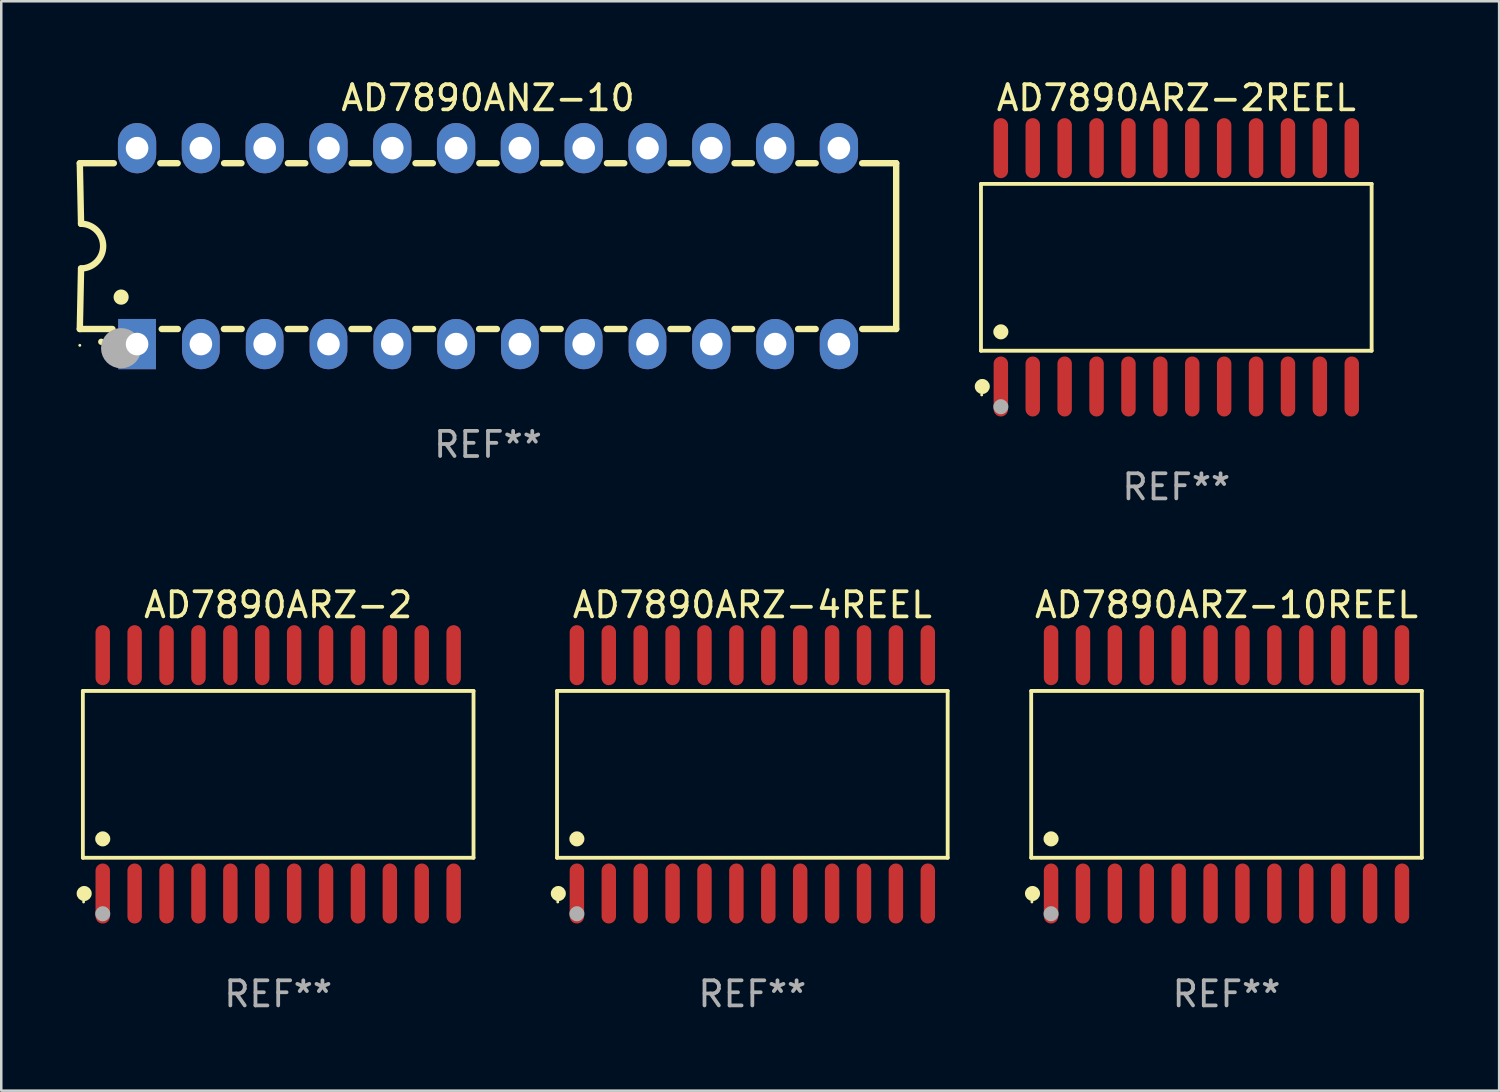
<source format=kicad_pcb>
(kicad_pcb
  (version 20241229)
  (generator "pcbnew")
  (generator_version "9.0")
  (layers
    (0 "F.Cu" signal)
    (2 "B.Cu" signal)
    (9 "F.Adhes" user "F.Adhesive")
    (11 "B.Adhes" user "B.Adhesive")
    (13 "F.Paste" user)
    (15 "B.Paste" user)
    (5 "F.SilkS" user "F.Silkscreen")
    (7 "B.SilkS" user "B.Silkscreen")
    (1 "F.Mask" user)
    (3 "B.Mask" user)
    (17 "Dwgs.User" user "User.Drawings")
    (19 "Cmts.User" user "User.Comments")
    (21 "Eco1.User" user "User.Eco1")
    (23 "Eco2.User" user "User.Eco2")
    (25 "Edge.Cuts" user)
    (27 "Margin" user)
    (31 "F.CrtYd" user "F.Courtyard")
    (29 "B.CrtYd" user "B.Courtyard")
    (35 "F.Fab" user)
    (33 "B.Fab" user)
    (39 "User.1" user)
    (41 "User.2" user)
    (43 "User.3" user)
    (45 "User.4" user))
  (footprint "AD7890ARZ-4REEL"
    (layer "F.Cu")
    (at 26.901 27.777)
    (property "Reference" "AD7890ARZ-4REEL" (at 0 -6.744 0) (layer "F.SilkS") (effects (font (size 1 1) (thickness 0.15))))
    (attr through_hole)
    (fp_line (start -7.776 -3.321) (end 7.776 -3.321) (stroke (width 0.152) (type solid)) (layer "F.SilkS"))
    (fp_line (start -7.776 3.321) (end -7.776 -3.321) (stroke (width 0.152) (type solid)) (layer "F.SilkS"))
    (fp_line (start 7.776 -3.321) (end 7.776 3.321) (stroke (width 0.152) (type solid)) (layer "F.SilkS"))
    (fp_line (start 7.776 3.321) (end -7.776 3.321) (stroke (width 0.152) (type solid)) (layer "F.SilkS"))
    (fp_circle (center -7.747 5.08) (end -7.717 5.08) (stroke (width 0.06) (type solid)) (fill no) (layer "F.SilkS"))
    (fp_circle (center -7.724 4.744) (end -7.574 4.744) (stroke (width 0.3) (type solid)) (fill no) (layer "F.SilkS"))
    (fp_circle (center -6.985 2.569) (end -6.835 2.569) (stroke (width 0.3) (type solid)) (fill no) (layer "F.SilkS"))
    (fp_circle (center -6.985 5.55) (end -6.835 5.55) (stroke (width 0.3) (type solid)) (fill no) (layer "F.Fab"))
    (fp_text user "REF**" (at 0 8.744 0) (layer "F.Fab") (effects (font (size 1 1) (thickness 0.15))))
    (pad "1" smd oval (at -6.985 4.744) (size 0.574 2.388) (layers "F.Cu" "F.Mask" "F.Paste"))
    (pad "2" smd oval (at -5.715 4.744) (size 0.574 2.388) (layers "F.Cu" "F.Mask" "F.Paste"))
    (pad "3" smd oval (at -4.445 4.744) (size 0.574 2.388) (layers "F.Cu" "F.Mask" "F.Paste"))
    (pad "4" smd oval (at -3.175 4.744) (size 0.574 2.388) (layers "F.Cu" "F.Mask" "F.Paste"))
    (pad "5" smd oval (at -1.905 4.744) (size 0.574 2.388) (layers "F.Cu" "F.Mask" "F.Paste"))
    (pad "6" smd oval (at -0.635 4.744) (size 0.574 2.388) (layers "F.Cu" "F.Mask" "F.Paste"))
    (pad "7" smd oval (at 0.635 4.744) (size 0.574 2.388) (layers "F.Cu" "F.Mask" "F.Paste"))
    (pad "8" smd oval (at 1.905 4.744) (size 0.574 2.388) (layers "F.Cu" "F.Mask" "F.Paste"))
    (pad "9" smd oval (at 3.175 4.744) (size 0.574 2.388) (layers "F.Cu" "F.Mask" "F.Paste"))
    (pad "10" smd oval (at 4.445 4.744) (size 0.574 2.388) (layers "F.Cu" "F.Mask" "F.Paste"))
    (pad "11" smd oval (at 5.715 4.744) (size 0.574 2.388) (layers "F.Cu" "F.Mask" "F.Paste"))
    (pad "12" smd oval (at 6.985 4.744) (size 0.574 2.388) (layers "F.Cu" "F.Mask" "F.Paste"))
    (pad "13" smd oval (at 6.985 -4.744) (size 0.574 2.388) (layers "F.Cu" "F.Mask" "F.Paste"))
    (pad "14" smd oval (at 5.715 -4.744) (size 0.574 2.388) (layers "F.Cu" "F.Mask" "F.Paste"))
    (pad "15" smd oval (at 4.445 -4.744) (size 0.574 2.388) (layers "F.Cu" "F.Mask" "F.Paste"))
    (pad "16" smd oval (at 3.175 -4.744) (size 0.574 2.388) (layers "F.Cu" "F.Mask" "F.Paste"))
    (pad "17" smd oval (at 1.905 -4.744) (size 0.574 2.388) (layers "F.Cu" "F.Mask" "F.Paste"))
    (pad "18" smd oval (at 0.635 -4.744) (size 0.574 2.388) (layers "F.Cu" "F.Mask" "F.Paste"))
    (pad "19" smd oval (at -0.635 -4.744) (size 0.574 2.388) (layers "F.Cu" "F.Mask" "F.Paste"))
    (pad "20" smd oval (at -1.905 -4.744) (size 0.574 2.388) (layers "F.Cu" "F.Mask" "F.Paste"))
    (pad "21" smd oval (at -3.175 -4.744) (size 0.574 2.388) (layers "F.Cu" "F.Mask" "F.Paste"))
    (pad "22" smd oval (at -4.445 -4.744) (size 0.574 2.388) (layers "F.Cu" "F.Mask" "F.Paste"))
    (pad "23" smd oval (at -5.715 -4.744) (size 0.574 2.388) (layers "F.Cu" "F.Mask" "F.Paste"))
    (pad "24" smd oval (at -6.985 -4.744) (size 0.574 2.388) (layers "F.Cu" "F.Mask" "F.Paste")))
  (footprint "AD7890ARZ-2"
    (layer "F.Cu")
    (at 8.025 27.777)
    (property "Reference" "AD7890ARZ-2" (at 0 -6.744 0) (layer "F.SilkS") (effects (font (size 1 1) (thickness 0.15))))
    (attr through_hole)
    (fp_line (start -7.776 -3.321) (end 7.776 -3.321) (stroke (width 0.152) (type solid)) (layer "F.SilkS"))
    (fp_line (start -7.776 3.321) (end -7.776 -3.321) (stroke (width 0.152) (type solid)) (layer "F.SilkS"))
    (fp_line (start 7.776 -3.321) (end 7.776 3.321) (stroke (width 0.152) (type solid)) (layer "F.SilkS"))
    (fp_line (start 7.776 3.321) (end -7.776 3.321) (stroke (width 0.152) (type solid)) (layer "F.SilkS"))
    (fp_circle (center -7.747 5.08) (end -7.717 5.08) (stroke (width 0.06) (type solid)) (fill no) (layer "F.SilkS"))
    (fp_circle (center -7.724 4.744) (end -7.574 4.744) (stroke (width 0.3) (type solid)) (fill no) (layer "F.SilkS"))
    (fp_circle (center -6.985 2.569) (end -6.835 2.569) (stroke (width 0.3) (type solid)) (fill no) (layer "F.SilkS"))
    (fp_circle (center -6.985 5.55) (end -6.835 5.55) (stroke (width 0.3) (type solid)) (fill no) (layer "F.Fab"))
    (fp_text user "REF**" (at 0 8.744 0) (layer "F.Fab") (effects (font (size 1 1) (thickness 0.15))))
    (pad "1" smd oval (at -6.985 4.744) (size 0.574 2.388) (layers "F.Cu" "F.Mask" "F.Paste"))
    (pad "2" smd oval (at -5.715 4.744) (size 0.574 2.388) (layers "F.Cu" "F.Mask" "F.Paste"))
    (pad "3" smd oval (at -4.445 4.744) (size 0.574 2.388) (layers "F.Cu" "F.Mask" "F.Paste"))
    (pad "4" smd oval (at -3.175 4.744) (size 0.574 2.388) (layers "F.Cu" "F.Mask" "F.Paste"))
    (pad "5" smd oval (at -1.905 4.744) (size 0.574 2.388) (layers "F.Cu" "F.Mask" "F.Paste"))
    (pad "6" smd oval (at -0.635 4.744) (size 0.574 2.388) (layers "F.Cu" "F.Mask" "F.Paste"))
    (pad "7" smd oval (at 0.635 4.744) (size 0.574 2.388) (layers "F.Cu" "F.Mask" "F.Paste"))
    (pad "8" smd oval (at 1.905 4.744) (size 0.574 2.388) (layers "F.Cu" "F.Mask" "F.Paste"))
    (pad "9" smd oval (at 3.175 4.744) (size 0.574 2.388) (layers "F.Cu" "F.Mask" "F.Paste"))
    (pad "10" smd oval (at 4.445 4.744) (size 0.574 2.388) (layers "F.Cu" "F.Mask" "F.Paste"))
    (pad "11" smd oval (at 5.715 4.744) (size 0.574 2.388) (layers "F.Cu" "F.Mask" "F.Paste"))
    (pad "12" smd oval (at 6.985 4.744) (size 0.574 2.388) (layers "F.Cu" "F.Mask" "F.Paste"))
    (pad "13" smd oval (at 6.985 -4.744) (size 0.574 2.388) (layers "F.Cu" "F.Mask" "F.Paste"))
    (pad "14" smd oval (at 5.715 -4.744) (size 0.574 2.388) (layers "F.Cu" "F.Mask" "F.Paste"))
    (pad "15" smd oval (at 4.445 -4.744) (size 0.574 2.388) (layers "F.Cu" "F.Mask" "F.Paste"))
    (pad "16" smd oval (at 3.175 -4.744) (size 0.574 2.388) (layers "F.Cu" "F.Mask" "F.Paste"))
    (pad "17" smd oval (at 1.905 -4.744) (size 0.574 2.388) (layers "F.Cu" "F.Mask" "F.Paste"))
    (pad "18" smd oval (at 0.635 -4.744) (size 0.574 2.388) (layers "F.Cu" "F.Mask" "F.Paste"))
    (pad "19" smd oval (at -0.635 -4.744) (size 0.574 2.388) (layers "F.Cu" "F.Mask" "F.Paste"))
    (pad "20" smd oval (at -1.905 -4.744) (size 0.574 2.388) (layers "F.Cu" "F.Mask" "F.Paste"))
    (pad "21" smd oval (at -3.175 -4.744) (size 0.574 2.388) (layers "F.Cu" "F.Mask" "F.Paste"))
    (pad "22" smd oval (at -4.445 -4.744) (size 0.574 2.388) (layers "F.Cu" "F.Mask" "F.Paste"))
    (pad "23" smd oval (at -5.715 -4.744) (size 0.574 2.388) (layers "F.Cu" "F.Mask" "F.Paste"))
    (pad "24" smd oval (at -6.985 -4.744) (size 0.574 2.388) (layers "F.Cu" "F.Mask" "F.Paste")))
  (footprint "AD7890ARZ-2REEL"
    (layer "F.Cu")
    (at 43.779 7.592)
    (property "Reference" "AD7890ARZ-2REEL" (at 0 -6.744 0) (layer "F.SilkS") (effects (font (size 1 1) (thickness 0.15))))
    (attr through_hole)
    (fp_line (start -7.776 -3.321) (end 7.776 -3.321) (stroke (width 0.152) (type solid)) (layer "F.SilkS"))
    (fp_line (start -7.776 3.321) (end -7.776 -3.321) (stroke (width 0.152) (type solid)) (layer "F.SilkS"))
    (fp_line (start 7.776 -3.321) (end 7.776 3.321) (stroke (width 0.152) (type solid)) (layer "F.SilkS"))
    (fp_line (start 7.776 3.321) (end -7.776 3.321) (stroke (width 0.152) (type solid)) (layer "F.SilkS"))
    (fp_circle (center -7.747 5.08) (end -7.717 5.08) (stroke (width 0.06) (type solid)) (fill no) (layer "F.SilkS"))
    (fp_circle (center -7.724 4.744) (end -7.574 4.744) (stroke (width 0.3) (type solid)) (fill no) (layer "F.SilkS"))
    (fp_circle (center -6.985 2.569) (end -6.835 2.569) (stroke (width 0.3) (type solid)) (fill no) (layer "F.SilkS"))
    (fp_circle (center -6.985 5.55) (end -6.835 5.55) (stroke (width 0.3) (type solid)) (fill no) (layer "F.Fab"))
    (fp_text user "REF**" (at 0 8.744 0) (layer "F.Fab") (effects (font (size 1 1) (thickness 0.15))))
    (pad "1" smd oval (at -6.985 4.744) (size 0.574 2.388) (layers "F.Cu" "F.Mask" "F.Paste"))
    (pad "2" smd oval (at -5.715 4.744) (size 0.574 2.388) (layers "F.Cu" "F.Mask" "F.Paste"))
    (pad "3" smd oval (at -4.445 4.744) (size 0.574 2.388) (layers "F.Cu" "F.Mask" "F.Paste"))
    (pad "4" smd oval (at -3.175 4.744) (size 0.574 2.388) (layers "F.Cu" "F.Mask" "F.Paste"))
    (pad "5" smd oval (at -1.905 4.744) (size 0.574 2.388) (layers "F.Cu" "F.Mask" "F.Paste"))
    (pad "6" smd oval (at -0.635 4.744) (size 0.574 2.388) (layers "F.Cu" "F.Mask" "F.Paste"))
    (pad "7" smd oval (at 0.635 4.744) (size 0.574 2.388) (layers "F.Cu" "F.Mask" "F.Paste"))
    (pad "8" smd oval (at 1.905 4.744) (size 0.574 2.388) (layers "F.Cu" "F.Mask" "F.Paste"))
    (pad "9" smd oval (at 3.175 4.744) (size 0.574 2.388) (layers "F.Cu" "F.Mask" "F.Paste"))
    (pad "10" smd oval (at 4.445 4.744) (size 0.574 2.388) (layers "F.Cu" "F.Mask" "F.Paste"))
    (pad "11" smd oval (at 5.715 4.744) (size 0.574 2.388) (layers "F.Cu" "F.Mask" "F.Paste"))
    (pad "12" smd oval (at 6.985 4.744) (size 0.574 2.388) (layers "F.Cu" "F.Mask" "F.Paste"))
    (pad "13" smd oval (at 6.985 -4.744) (size 0.574 2.388) (layers "F.Cu" "F.Mask" "F.Paste"))
    (pad "14" smd oval (at 5.715 -4.744) (size 0.574 2.388) (layers "F.Cu" "F.Mask" "F.Paste"))
    (pad "15" smd oval (at 4.445 -4.744) (size 0.574 2.388) (layers "F.Cu" "F.Mask" "F.Paste"))
    (pad "16" smd oval (at 3.175 -4.744) (size 0.574 2.388) (layers "F.Cu" "F.Mask" "F.Paste"))
    (pad "17" smd oval (at 1.905 -4.744) (size 0.574 2.388) (layers "F.Cu" "F.Mask" "F.Paste"))
    (pad "18" smd oval (at 0.635 -4.744) (size 0.574 2.388) (layers "F.Cu" "F.Mask" "F.Paste"))
    (pad "19" smd oval (at -0.635 -4.744) (size 0.574 2.388) (layers "F.Cu" "F.Mask" "F.Paste"))
    (pad "20" smd oval (at -1.905 -4.744) (size 0.574 2.388) (layers "F.Cu" "F.Mask" "F.Paste"))
    (pad "21" smd oval (at -3.175 -4.744) (size 0.574 2.388) (layers "F.Cu" "F.Mask" "F.Paste"))
    (pad "22" smd oval (at -4.445 -4.744) (size 0.574 2.388) (layers "F.Cu" "F.Mask" "F.Paste"))
    (pad "23" smd oval (at -5.715 -4.744) (size 0.574 2.388) (layers "F.Cu" "F.Mask" "F.Paste"))
    (pad "24" smd oval (at -6.985 -4.744) (size 0.574 2.388) (layers "F.Cu" "F.Mask" "F.Paste")))
  (footprint "AD7890ARZ-10REEL"
    (layer "F.Cu")
    (at 45.778 27.777)
    (property "Reference" "AD7890ARZ-10REEL" (at 0 -6.744 0) (layer "F.SilkS") (effects (font (size 1 1) (thickness 0.15))))
    (attr through_hole)
    (fp_line (start -7.776 -3.321) (end 7.776 -3.321) (stroke (width 0.152) (type solid)) (layer "F.SilkS"))
    (fp_line (start -7.776 3.321) (end -7.776 -3.321) (stroke (width 0.152) (type solid)) (layer "F.SilkS"))
    (fp_line (start 7.776 -3.321) (end 7.776 3.321) (stroke (width 0.152) (type solid)) (layer "F.SilkS"))
    (fp_line (start 7.776 3.321) (end -7.776 3.321) (stroke (width 0.152) (type solid)) (layer "F.SilkS"))
    (fp_circle (center -7.747 5.08) (end -7.717 5.08) (stroke (width 0.06) (type solid)) (fill no) (layer "F.SilkS"))
    (fp_circle (center -7.724 4.744) (end -7.574 4.744) (stroke (width 0.3) (type solid)) (fill no) (layer "F.SilkS"))
    (fp_circle (center -6.985 2.569) (end -6.835 2.569) (stroke (width 0.3) (type solid)) (fill no) (layer "F.SilkS"))
    (fp_circle (center -6.985 5.55) (end -6.835 5.55) (stroke (width 0.3) (type solid)) (fill no) (layer "F.Fab"))
    (fp_text user "REF**" (at 0 8.744 0) (layer "F.Fab") (effects (font (size 1 1) (thickness 0.15))))
    (pad "1" smd oval (at -6.985 4.744) (size 0.574 2.388) (layers "F.Cu" "F.Mask" "F.Paste"))
    (pad "2" smd oval (at -5.715 4.744) (size 0.574 2.388) (layers "F.Cu" "F.Mask" "F.Paste"))
    (pad "3" smd oval (at -4.445 4.744) (size 0.574 2.388) (layers "F.Cu" "F.Mask" "F.Paste"))
    (pad "4" smd oval (at -3.175 4.744) (size 0.574 2.388) (layers "F.Cu" "F.Mask" "F.Paste"))
    (pad "5" smd oval (at -1.905 4.744) (size 0.574 2.388) (layers "F.Cu" "F.Mask" "F.Paste"))
    (pad "6" smd oval (at -0.635 4.744) (size 0.574 2.388) (layers "F.Cu" "F.Mask" "F.Paste"))
    (pad "7" smd oval (at 0.635 4.744) (size 0.574 2.388) (layers "F.Cu" "F.Mask" "F.Paste"))
    (pad "8" smd oval (at 1.905 4.744) (size 0.574 2.388) (layers "F.Cu" "F.Mask" "F.Paste"))
    (pad "9" smd oval (at 3.175 4.744) (size 0.574 2.388) (layers "F.Cu" "F.Mask" "F.Paste"))
    (pad "10" smd oval (at 4.445 4.744) (size 0.574 2.388) (layers "F.Cu" "F.Mask" "F.Paste"))
    (pad "11" smd oval (at 5.715 4.744) (size 0.574 2.388) (layers "F.Cu" "F.Mask" "F.Paste"))
    (pad "12" smd oval (at 6.985 4.744) (size 0.574 2.388) (layers "F.Cu" "F.Mask" "F.Paste"))
    (pad "13" smd oval (at 6.985 -4.744) (size 0.574 2.388) (layers "F.Cu" "F.Mask" "F.Paste"))
    (pad "14" smd oval (at 5.715 -4.744) (size 0.574 2.388) (layers "F.Cu" "F.Mask" "F.Paste"))
    (pad "15" smd oval (at 4.445 -4.744) (size 0.574 2.388) (layers "F.Cu" "F.Mask" "F.Paste"))
    (pad "16" smd oval (at 3.175 -4.744) (size 0.574 2.388) (layers "F.Cu" "F.Mask" "F.Paste"))
    (pad "17" smd oval (at 1.905 -4.744) (size 0.574 2.388) (layers "F.Cu" "F.Mask" "F.Paste"))
    (pad "18" smd oval (at 0.635 -4.744) (size 0.574 2.388) (layers "F.Cu" "F.Mask" "F.Paste"))
    (pad "19" smd oval (at -0.635 -4.744) (size 0.574 2.388) (layers "F.Cu" "F.Mask" "F.Paste"))
    (pad "20" smd oval (at -1.905 -4.744) (size 0.574 2.388) (layers "F.Cu" "F.Mask" "F.Paste"))
    (pad "21" smd oval (at -3.175 -4.744) (size 0.574 2.388) (layers "F.Cu" "F.Mask" "F.Paste"))
    (pad "22" smd oval (at -4.445 -4.744) (size 0.574 2.388) (layers "F.Cu" "F.Mask" "F.Paste"))
    (pad "23" smd oval (at -5.715 -4.744) (size 0.574 2.388) (layers "F.Cu" "F.Mask" "F.Paste"))
    (pad "24" smd oval (at -6.985 -4.744) (size 0.574 2.388) (layers "F.Cu" "F.Mask" "F.Paste")))
  (footprint "AD7890ANZ-10"
    (layer "F.Cu")
    (at 16.377 6.748)
    (property "Reference" "AD7890ANZ-10" (at 0 -5.9 0) (layer "F.SilkS") (effects (font (size 1 1) (thickness 0.15))))
    (attr through_hole)
    (fp_line (start -16.25 -3.3) (end -16.2 -0.889) (stroke (width 0.254) (type solid)) (layer "F.SilkS"))
    (fp_line (start -16.25 -3.3) (end -14.895 -3.3) (stroke (width 0.254) (type solid)) (layer "F.SilkS"))
    (fp_line (start -16.25 3.3) (end -16.2 0.889) (stroke (width 0.254) (type solid)) (layer "F.SilkS"))
    (fp_line (start -16.25 3.3) (end -14.951 3.3) (stroke (width 0.254) (type solid)) (layer "F.SilkS"))
    (fp_line (start -13.045 -3.3) (end -12.355 -3.3) (stroke (width 0.254) (type solid)) (layer "F.SilkS"))
    (fp_line (start -12.989 3.3) (end -12.347 3.3) (stroke (width 0.254) (type solid)) (layer "F.SilkS"))
    (fp_line (start -10.514 3.3) (end -9.807 3.3) (stroke (width 0.254) (type solid)) (layer "F.SilkS"))
    (fp_line (start -10.505 -3.3) (end -9.815 -3.3) (stroke (width 0.254) (type solid)) (layer "F.SilkS"))
    (fp_line (start -7.974 3.3) (end -7.267 3.3) (stroke (width 0.254) (type solid)) (layer "F.SilkS"))
    (fp_line (start -7.965 -3.3) (end -7.275 -3.3) (stroke (width 0.254) (type solid)) (layer "F.SilkS"))
    (fp_line (start -5.434 3.3) (end -4.727 3.3) (stroke (width 0.254) (type solid)) (layer "F.SilkS"))
    (fp_line (start -5.425 -3.3) (end -4.735 -3.3) (stroke (width 0.254) (type solid)) (layer "F.SilkS"))
    (fp_line (start -2.894 3.3) (end -2.187 3.3) (stroke (width 0.254) (type solid)) (layer "F.SilkS"))
    (fp_line (start -2.885 -3.3) (end -2.195 -3.3) (stroke (width 0.254) (type solid)) (layer "F.SilkS"))
    (fp_line (start -0.354 3.3) (end 0.353 3.3) (stroke (width 0.254) (type solid)) (layer "F.SilkS"))
    (fp_line (start -0.345 -3.3) (end 0.345 -3.3) (stroke (width 0.254) (type solid)) (layer "F.SilkS"))
    (fp_line (start 2.186 3.3) (end 2.893 3.3) (stroke (width 0.254) (type solid)) (layer "F.SilkS"))
    (fp_line (start 2.195 -3.3) (end 2.885 -3.3) (stroke (width 0.254) (type solid)) (layer "F.SilkS"))
    (fp_line (start 4.726 3.3) (end 5.434 3.3) (stroke (width 0.254) (type solid)) (layer "F.SilkS"))
    (fp_line (start 4.735 -3.3) (end 5.425 -3.3) (stroke (width 0.254) (type solid)) (layer "F.SilkS"))
    (fp_line (start 7.266 3.3) (end 7.965 3.3) (stroke (width 0.254) (type solid)) (layer "F.SilkS"))
    (fp_line (start 7.275 -3.3) (end 7.965 -3.3) (stroke (width 0.254) (type solid)) (layer "F.SilkS"))
    (fp_line (start 9.815 -3.3) (end 10.505 -3.3) (stroke (width 0.254) (type solid)) (layer "F.SilkS"))
    (fp_line (start 9.815 3.3) (end 10.514 3.3) (stroke (width 0.254) (type solid)) (layer "F.SilkS"))
    (fp_line (start 12.346 3.3) (end 13.045 3.3) (stroke (width 0.254) (type solid)) (layer "F.SilkS"))
    (fp_line (start 12.355 -3.3) (end 13.045 -3.3) (stroke (width 0.254) (type solid)) (layer "F.SilkS"))
    (fp_line (start 16.25 -3.3) (end 14.895 -3.3) (stroke (width 0.254) (type solid)) (layer "F.SilkS"))
    (fp_line (start 16.25 -3.3) (end 16.25 3.3) (stroke (width 0.254) (type solid)) (layer "F.SilkS"))
    (fp_line (start 16.25 3.3) (end 14.895 3.3) (stroke (width 0.254) (type solid)) (layer "F.SilkS"))
    (fp_arc (start -16.201016 -0.890146) (mid -15.311429 -0.001055) (end -16.200025 0.889027) (stroke (width 0.254001) (type solid)) (layer "F.SilkS"))
    (fp_arc (start -15.394971 3.810033) (mid -15.394978 3.808763) (end -15.394971 3.807493) (stroke (width 0.25) (type solid)) (layer "F.SilkS"))
    (fp_arc (start -14.605029 2.032029) (mid -14.60504 2.029489) (end -14.605029 2.026949) (stroke (width 0.6) (type solid)) (layer "F.SilkS"))
    (fp_circle (center -16.25 3.95) (end -16.22 3.95) (stroke (width 0.06) (type solid)) (fill no) (layer "F.SilkS"))
    (fp_circle (center -14.605 4.064) (end -14.205 4.064) (stroke (width 0.8) (type solid)) (fill no) (layer "F.Fab"))
    (fp_text user "REF**" (at 0 7.9 0) (layer "F.Fab") (effects (font (size 1 1) (thickness 0.15))))
    (pad "1" thru_hole rect (at -13.97 3.9 90) (size 2 1.5) (drill 0.9) (layers "*.Cu" "*.Mask"))
    (pad "2" thru_hole oval (at -11.43 3.9 90) (size 2 1.5) (drill 0.9) (layers "*.Cu" "*.Mask"))
    (pad "3" thru_hole oval (at -8.89 3.9 90) (size 2 1.5) (drill 0.9) (layers "*.Cu" "*.Mask"))
    (pad "4" thru_hole oval (at -6.35 3.9 90) (size 2 1.5) (drill 0.9) (layers "*.Cu" "*.Mask"))
    (pad "5" thru_hole oval (at -3.81 3.9 90) (size 2 1.5) (drill 0.9) (layers "*.Cu" "*.Mask"))
    (pad "6" thru_hole oval (at -1.27 3.9 90) (size 2 1.5) (drill 0.9) (layers "*.Cu" "*.Mask"))
    (pad "7" thru_hole oval (at 1.27 3.9 90) (size 2 1.5) (drill 0.9) (layers "*.Cu" "*.Mask"))
    (pad "8" thru_hole oval (at 3.81 3.9 90) (size 2 1.5) (drill 0.9) (layers "*.Cu" "*.Mask"))
    (pad "9" thru_hole oval (at 6.35 3.9 90) (size 2 1.5) (drill 0.9) (layers "*.Cu" "*.Mask"))
    (pad "10" thru_hole oval (at 8.89 3.9 90) (size 2 1.524) (drill 0.9) (layers "*.Cu" "*.Mask"))
    (pad "11" thru_hole oval (at 11.43 3.9 90) (size 2 1.5) (drill 0.9) (layers "*.Cu" "*.Mask"))
    (pad "12" thru_hole oval (at 13.97 3.9 90) (size 2 1.524) (drill 0.9) (layers "*.Cu" "*.Mask"))
    (pad "13" thru_hole oval (at 13.97 -3.9 90) (size 2 1.524) (drill 0.9) (layers "*.Cu" "*.Mask"))
    (pad "14" thru_hole oval (at 11.43 -3.9 90) (size 2 1.524) (drill 0.9) (layers "*.Cu" "*.Mask"))
    (pad "15" thru_hole oval (at 8.89 -3.9 90) (size 2 1.524) (drill 0.9) (layers "*.Cu" "*.Mask"))
    (pad "16" thru_hole oval (at 6.35 -3.9 90) (size 2 1.524) (drill 0.9) (layers "*.Cu" "*.Mask"))
    (pad "17" thru_hole oval (at 3.81 -3.9 90) (size 2 1.524) (drill 0.9) (layers "*.Cu" "*.Mask"))
    (pad "18" thru_hole oval (at 1.27 -3.9 90) (size 2 1.524) (drill 0.9) (layers "*.Cu" "*.Mask"))
    (pad "19" thru_hole oval (at -1.27 -3.9 90) (size 2 1.524) (drill 0.9) (layers "*.Cu" "*.Mask"))
    (pad "20" thru_hole oval (at -3.81 -3.9 90) (size 2 1.524) (drill 0.9) (layers "*.Cu" "*.Mask"))
    (pad "21" thru_hole oval (at -6.35 -3.9 90) (size 2 1.524) (drill 0.9) (layers "*.Cu" "*.Mask"))
    (pad "22" thru_hole oval (at -8.89 -3.9 90) (size 2 1.524) (drill 0.9) (layers "*.Cu" "*.Mask"))
    (pad "23" thru_hole oval (at -11.43 -3.9 90) (size 2 1.524) (drill 0.9) (layers "*.Cu" "*.Mask"))
    (pad "24" thru_hole oval (at -13.97 -3.9 90) (size 2 1.524) (drill 0.9) (layers "*.Cu" "*.Mask")))
  (gr_rect
    (start -3 -3)
    (end 56.631 40.369)
    (stroke (width 0.1) (type default))
    (fill no)
    (layer "Edge.Cuts")))
</source>
